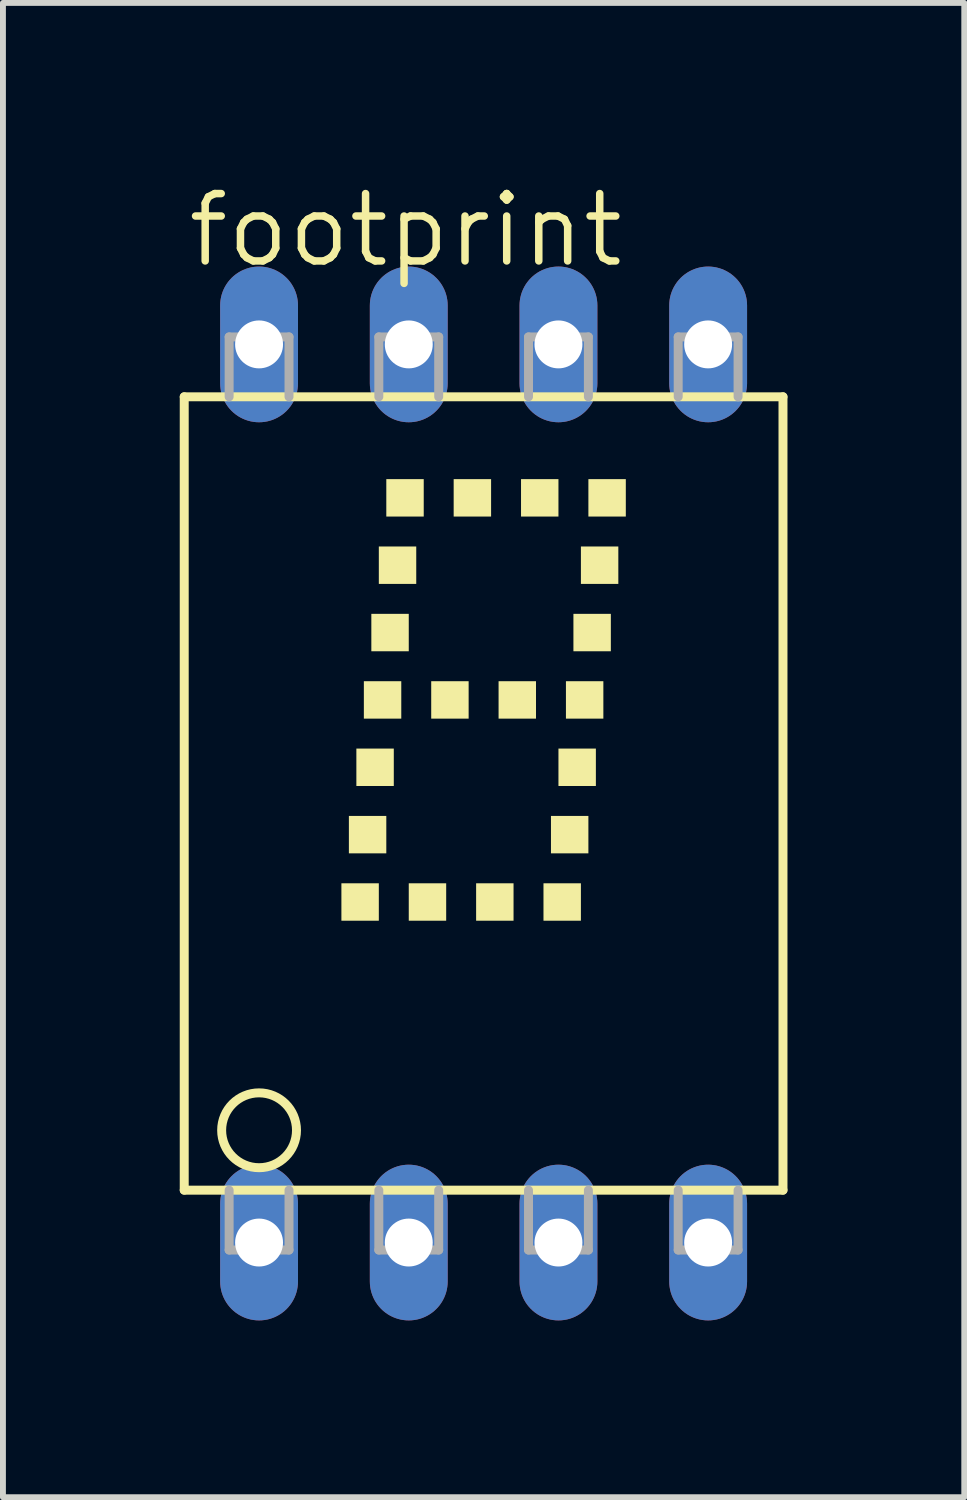
<source format=kicad_pcb>
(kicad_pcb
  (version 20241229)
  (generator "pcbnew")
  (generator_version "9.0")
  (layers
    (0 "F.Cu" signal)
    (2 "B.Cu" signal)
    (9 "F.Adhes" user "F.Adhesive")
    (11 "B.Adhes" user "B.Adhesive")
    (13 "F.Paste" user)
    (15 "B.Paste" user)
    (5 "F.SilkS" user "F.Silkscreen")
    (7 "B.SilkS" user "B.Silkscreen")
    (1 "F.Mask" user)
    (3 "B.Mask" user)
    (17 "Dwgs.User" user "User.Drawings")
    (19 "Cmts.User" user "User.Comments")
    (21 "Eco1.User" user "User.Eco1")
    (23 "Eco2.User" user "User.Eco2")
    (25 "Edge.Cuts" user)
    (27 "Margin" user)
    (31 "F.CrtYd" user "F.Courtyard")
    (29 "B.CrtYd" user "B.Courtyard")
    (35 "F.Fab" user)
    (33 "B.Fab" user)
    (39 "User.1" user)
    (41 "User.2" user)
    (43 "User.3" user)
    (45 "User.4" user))
  (footprint "footprint"
    (layer "F.Cu")
    (at 5.156 10.414)
    (property "Reference" "footprint" (at -5.08 -8.89 0) (layer "F.SilkS") (effects (font (size 1.143 1.143) (thickness 0.127)) (justify left bottom)))
    (fp_line (start -5.08 6.731) (end -5.08 -6.731) (stroke (width 0.152) (type solid)) (layer "F.SilkS"))
    (fp_line (start -5.08 6.731) (end 5.08 6.731) (stroke (width 0.152) (type solid)) (layer "F.SilkS"))
    (fp_line (start 5.08 -6.731) (end -5.08 -6.731) (stroke (width 0.152) (type solid)) (layer "F.SilkS"))
    (fp_line (start 5.08 -6.731) (end 5.08 6.731) (stroke (width 0.152) (type solid)) (layer "F.SilkS"))
    (fp_circle (center -3.81 5.715) (end -3.175 5.715) (stroke (width 0.152) (type solid)) (fill no) (layer "F.SilkS"))
    (fp_poly (pts (xy -2.413 2.159) (xy -1.778 2.159) (xy -1.778 1.524) (xy -2.413 1.524)) (stroke (width 0) (type solid)) (fill yes) (layer "F.SilkS"))
    (fp_poly (pts (xy -2.286 1.016) (xy -1.651 1.016) (xy -1.651 0.381) (xy -2.286 0.381)) (stroke (width 0) (type solid)) (fill yes) (layer "F.SilkS"))
    (fp_poly (pts (xy -2.159 -0.127) (xy -1.524 -0.127) (xy -1.524 -0.762) (xy -2.159 -0.762)) (stroke (width 0) (type solid)) (fill yes) (layer "F.SilkS"))
    (fp_poly (pts (xy -2.032 -1.27) (xy -1.397 -1.27) (xy -1.397 -1.905) (xy -2.032 -1.905)) (stroke (width 0) (type solid)) (fill yes) (layer "F.SilkS"))
    (fp_poly (pts (xy -1.905 -2.413) (xy -1.27 -2.413) (xy -1.27 -3.048) (xy -1.905 -3.048)) (stroke (width 0) (type solid)) (fill yes) (layer "F.SilkS"))
    (fp_poly (pts (xy -1.778 -3.556) (xy -1.143 -3.556) (xy -1.143 -4.191) (xy -1.778 -4.191)) (stroke (width 0) (type solid)) (fill yes) (layer "F.SilkS"))
    (fp_poly (pts (xy -1.651 -4.699) (xy -1.016 -4.699) (xy -1.016 -5.334) (xy -1.651 -5.334)) (stroke (width 0) (type solid)) (fill yes) (layer "F.SilkS"))
    (fp_poly (pts (xy -1.27 2.159) (xy -0.635 2.159) (xy -0.635 1.524) (xy -1.27 1.524)) (stroke (width 0) (type solid)) (fill yes) (layer "F.SilkS"))
    (fp_poly (pts (xy -0.889 -1.27) (xy -0.254 -1.27) (xy -0.254 -1.905) (xy -0.889 -1.905)) (stroke (width 0) (type solid)) (fill yes) (layer "F.SilkS"))
    (fp_poly (pts (xy -0.508 -4.699) (xy 0.127 -4.699) (xy 0.127 -5.334) (xy -0.508 -5.334)) (stroke (width 0) (type solid)) (fill yes) (layer "F.SilkS"))
    (fp_poly (pts (xy -0.127 2.159) (xy 0.508 2.159) (xy 0.508 1.524) (xy -0.127 1.524)) (stroke (width 0) (type solid)) (fill yes) (layer "F.SilkS"))
    (fp_poly (pts (xy 0.254 -1.27) (xy 0.889 -1.27) (xy 0.889 -1.905) (xy 0.254 -1.905)) (stroke (width 0) (type solid)) (fill yes) (layer "F.SilkS"))
    (fp_poly (pts (xy 0.635 -4.699) (xy 1.27 -4.699) (xy 1.27 -5.334) (xy 0.635 -5.334)) (stroke (width 0) (type solid)) (fill yes) (layer "F.SilkS"))
    (fp_poly (pts (xy 1.016 2.159) (xy 1.651 2.159) (xy 1.651 1.524) (xy 1.016 1.524)) (stroke (width 0) (type solid)) (fill yes) (layer "F.SilkS"))
    (fp_poly (pts (xy 1.143 1.016) (xy 1.778 1.016) (xy 1.778 0.381) (xy 1.143 0.381)) (stroke (width 0) (type solid)) (fill yes) (layer "F.SilkS"))
    (fp_poly (pts (xy 1.27 -0.127) (xy 1.905 -0.127) (xy 1.905 -0.762) (xy 1.27 -0.762)) (stroke (width 0) (type solid)) (fill yes) (layer "F.SilkS"))
    (fp_poly (pts (xy 1.397 -1.27) (xy 2.032 -1.27) (xy 2.032 -1.905) (xy 1.397 -1.905)) (stroke (width 0) (type solid)) (fill yes) (layer "F.SilkS"))
    (fp_poly (pts (xy 1.524 -2.413) (xy 2.159 -2.413) (xy 2.159 -3.048) (xy 1.524 -3.048)) (stroke (width 0) (type solid)) (fill yes) (layer "F.SilkS"))
    (fp_poly (pts (xy 1.651 -3.556) (xy 2.286 -3.556) (xy 2.286 -4.191) (xy 1.651 -4.191)) (stroke (width 0) (type solid)) (fill yes) (layer "F.SilkS"))
    (fp_poly (pts (xy 1.778 -4.699) (xy 2.413 -4.699) (xy 2.413 -5.334) (xy 1.778 -5.334)) (stroke (width 0) (type solid)) (fill yes) (layer "F.SilkS"))
    (fp_line (start -4.318 -7.747) (end -4.318 -6.731) (stroke (width 0.152) (type solid)) (layer "F.Fab"))
    (fp_line (start -4.318 -7.747) (end -3.302 -7.747) (stroke (width 0.152) (type solid)) (layer "F.Fab"))
    (fp_line (start -4.318 6.731) (end -4.318 7.747) (stroke (width 0.152) (type solid)) (layer "F.Fab"))
    (fp_line (start -4.318 7.747) (end -3.302 7.747) (stroke (width 0.152) (type solid)) (layer "F.Fab"))
    (fp_line (start -3.302 -7.747) (end -3.302 -6.731) (stroke (width 0.152) (type solid)) (layer "F.Fab"))
    (fp_line (start -3.302 6.731) (end -3.302 7.747) (stroke (width 0.152) (type solid)) (layer "F.Fab"))
    (fp_line (start -1.778 -7.747) (end -1.778 -6.731) (stroke (width 0.152) (type solid)) (layer "F.Fab"))
    (fp_line (start -1.778 -7.747) (end -0.762 -7.747) (stroke (width 0.152) (type solid)) (layer "F.Fab"))
    (fp_line (start -1.778 6.731) (end -1.778 7.747) (stroke (width 0.152) (type solid)) (layer "F.Fab"))
    (fp_line (start -1.778 7.747) (end -0.762 7.747) (stroke (width 0.152) (type solid)) (layer "F.Fab"))
    (fp_line (start -0.762 -7.747) (end -0.762 -6.731) (stroke (width 0.152) (type solid)) (layer "F.Fab"))
    (fp_line (start -0.762 6.731) (end -0.762 7.747) (stroke (width 0.152) (type solid)) (layer "F.Fab"))
    (fp_line (start 0.762 -7.747) (end 0.762 -6.731) (stroke (width 0.152) (type solid)) (layer "F.Fab"))
    (fp_line (start 0.762 -7.747) (end 1.778 -7.747) (stroke (width 0.152) (type solid)) (layer "F.Fab"))
    (fp_line (start 0.762 6.731) (end 0.762 7.747) (stroke (width 0.152) (type solid)) (layer "F.Fab"))
    (fp_line (start 0.762 7.747) (end 1.778 7.747) (stroke (width 0.152) (type solid)) (layer "F.Fab"))
    (fp_line (start 1.778 -7.747) (end 1.778 -6.731) (stroke (width 0.152) (type solid)) (layer "F.Fab"))
    (fp_line (start 1.778 6.731) (end 1.778 7.747) (stroke (width 0.152) (type solid)) (layer "F.Fab"))
    (fp_line (start 3.302 -7.747) (end 3.302 -6.731) (stroke (width 0.152) (type solid)) (layer "F.Fab"))
    (fp_line (start 3.302 -7.747) (end 4.318 -7.747) (stroke (width 0.152) (type solid)) (layer "F.Fab"))
    (fp_line (start 3.302 6.731) (end 3.302 7.747) (stroke (width 0.152) (type solid)) (layer "F.Fab"))
    (fp_line (start 3.302 7.747) (end 4.318 7.747) (stroke (width 0.152) (type solid)) (layer "F.Fab"))
    (fp_line (start 4.318 -7.747) (end 4.318 -6.731) (stroke (width 0.152) (type solid)) (layer "F.Fab"))
    (fp_line (start 4.318 6.731) (end 4.318 7.747) (stroke (width 0.152) (type solid)) (layer "F.Fab"))
    (pad "1" thru_hole oval (at -3.81 7.62 90) (size 2.642 1.321) (drill 0.813) (layers "*.Cu" "*.Mask"))
    (pad "2" thru_hole oval (at -1.27 7.62 90) (size 2.642 1.321) (drill 0.813) (layers "*.Cu" "*.Mask"))
    (pad "3" thru_hole oval (at 1.27 7.62 90) (size 2.642 1.321) (drill 0.813) (layers "*.Cu" "*.Mask"))
    (pad "4" thru_hole oval (at 3.81 7.62 90) (size 2.642 1.321) (drill 0.813) (layers "*.Cu" "*.Mask"))
    (pad "5" thru_hole oval (at 3.81 -7.62 90) (size 2.642 1.321) (drill 0.813) (layers "*.Cu" "*.Mask"))
    (pad "6" thru_hole oval (at 1.27 -7.62 90) (size 2.642 1.321) (drill 0.813) (layers "*.Cu" "*.Mask"))
    (pad "7" thru_hole oval (at -1.27 -7.62 90) (size 2.642 1.321) (drill 0.813) (layers "*.Cu" "*.Mask"))
    (pad "8" thru_hole oval (at -3.81 -7.62 90) (size 2.642 1.321) (drill 0.813) (layers "*.Cu" "*.Mask")))
  (gr_rect
    (start -3 -3)
    (end 13.312 22.355)
    (stroke (width 0.1) (type default))
    (fill no)
    (layer "Edge.Cuts")))
</source>
